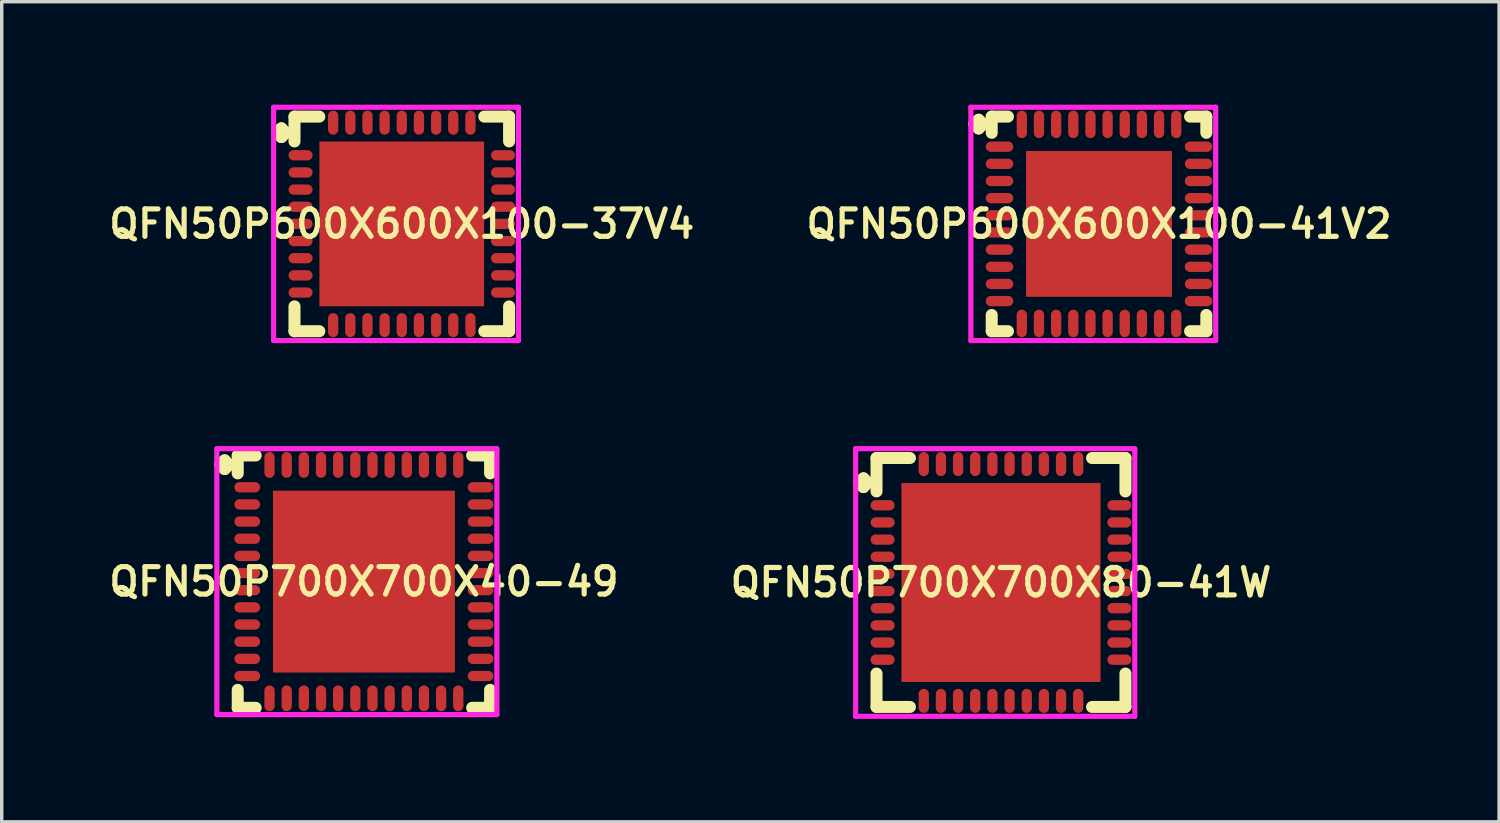
<source format=kicad_pcb>
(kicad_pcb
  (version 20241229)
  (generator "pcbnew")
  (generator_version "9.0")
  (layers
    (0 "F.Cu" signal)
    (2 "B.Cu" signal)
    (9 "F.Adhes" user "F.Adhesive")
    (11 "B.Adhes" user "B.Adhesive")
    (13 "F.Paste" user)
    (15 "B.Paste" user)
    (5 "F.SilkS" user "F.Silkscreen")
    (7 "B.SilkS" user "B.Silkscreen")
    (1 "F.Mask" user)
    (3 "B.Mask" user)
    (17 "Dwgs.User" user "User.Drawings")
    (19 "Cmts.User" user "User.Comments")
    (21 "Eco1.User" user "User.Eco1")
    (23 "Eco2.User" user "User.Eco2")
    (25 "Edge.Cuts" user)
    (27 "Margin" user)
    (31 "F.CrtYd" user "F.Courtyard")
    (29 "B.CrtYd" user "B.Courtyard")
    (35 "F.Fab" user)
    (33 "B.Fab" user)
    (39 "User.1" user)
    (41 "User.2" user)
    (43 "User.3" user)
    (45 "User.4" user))
  (footprint "QFN50P700X700X80-41W"
    (layer "F.Cu")
    (at 26.121 13.925)
    (property "Reference" "QFN50P700X700X80-41W" (at 0 0 0) (layer "F.SilkS") (effects (font (size 0.8 0.8) (thickness 0.15))))
    (attr smd)
    (fp_line (start -4.135 -2.908) (end -4.008 -3.035) (stroke (width 0.35) (type solid)) (layer "F.SilkS"))
    (fp_line (start -4.008 -3.035) (end -3.881 -2.908) (stroke (width 0.35) (type solid)) (layer "F.SilkS"))
    (fp_line (start -4.008 -2.781) (end -4.135 -2.908) (stroke (width 0.35) (type solid)) (layer "F.SilkS"))
    (fp_line (start -3.881 -2.908) (end -4.008 -2.781) (stroke (width 0.35) (type solid)) (layer "F.SilkS"))
    (fp_line (start -3.627 -3.627) (end -2.654 -3.627) (stroke (width 0.35) (type solid)) (layer "F.SilkS"))
    (fp_line (start -3.627 -2.654) (end -3.627 -3.627) (stroke (width 0.35) (type solid)) (layer "F.SilkS"))
    (fp_line (start -3.627 2.654) (end -3.627 3.627) (stroke (width 0.35) (type solid)) (layer "F.SilkS"))
    (fp_line (start -3.627 3.627) (end -2.654 3.627) (stroke (width 0.35) (type solid)) (layer "F.SilkS"))
    (fp_line (start 2.654 -3.627) (end 3.627 -3.627) (stroke (width 0.35) (type solid)) (layer "F.SilkS"))
    (fp_line (start 2.654 3.627) (end 3.627 3.627) (stroke (width 0.35) (type solid)) (layer "F.SilkS"))
    (fp_line (start 3.627 -3.627) (end 3.627 -2.654) (stroke (width 0.35) (type solid)) (layer "F.SilkS"))
    (fp_line (start 3.627 3.627) (end 3.627 2.654) (stroke (width 0.35) (type solid)) (layer "F.SilkS"))
    (fp_line (start -4.235 -3.9) (end 3.9 -3.9) (stroke (width 0.15) (type solid)) (layer "F.CrtYd"))
    (fp_line (start -4.235 3.9) (end -4.235 -3.9) (stroke (width 0.15) (type solid)) (layer "F.CrtYd"))
    (fp_line (start 3.9 -3.9) (end 3.9 3.9) (stroke (width 0.15) (type solid)) (layer "F.CrtYd"))
    (fp_line (start 3.9 3.9) (end -4.235 3.9) (stroke (width 0.15) (type solid)) (layer "F.CrtYd"))
    (pad "1" smd oval (at -3.45 -2.25) (size 0.7 0.3) (layers "F.Cu" "F.Mask" "F.Paste"))
    (pad "2" smd oval (at -3.45 -1.75) (size 0.7 0.3) (layers "F.Cu" "F.Mask" "F.Paste"))
    (pad "3" smd oval (at -3.45 -1.25) (size 0.7 0.3) (layers "F.Cu" "F.Mask" "F.Paste"))
    (pad "4" smd oval (at -3.45 -0.75) (size 0.7 0.3) (layers "F.Cu" "F.Mask" "F.Paste"))
    (pad "5" smd oval (at -3.45 -0.25) (size 0.7 0.3) (layers "F.Cu" "F.Mask" "F.Paste"))
    (pad "6" smd oval (at -3.45 0.25) (size 0.7 0.3) (layers "F.Cu" "F.Mask" "F.Paste"))
    (pad "7" smd oval (at -3.45 0.75) (size 0.7 0.3) (layers "F.Cu" "F.Mask" "F.Paste"))
    (pad "8" smd oval (at -3.45 1.25) (size 0.7 0.3) (layers "F.Cu" "F.Mask" "F.Paste"))
    (pad "9" smd oval (at -3.45 1.75) (size 0.7 0.3) (layers "F.Cu" "F.Mask" "F.Paste"))
    (pad "10" smd oval (at -3.45 2.25) (size 0.7 0.3) (layers "F.Cu" "F.Mask" "F.Paste"))
    (pad "11" smd oval (at -2.25 3.45) (size 0.3 0.7) (layers "F.Cu" "F.Mask" "F.Paste"))
    (pad "12" smd oval (at -1.75 3.45) (size 0.3 0.7) (layers "F.Cu" "F.Mask" "F.Paste"))
    (pad "13" smd oval (at -1.25 3.45) (size 0.3 0.7) (layers "F.Cu" "F.Mask" "F.Paste"))
    (pad "14" smd oval (at -0.75 3.45) (size 0.3 0.7) (layers "F.Cu" "F.Mask" "F.Paste"))
    (pad "15" smd oval (at -0.25 3.45) (size 0.3 0.7) (layers "F.Cu" "F.Mask" "F.Paste"))
    (pad "16" smd oval (at 0.25 3.45) (size 0.3 0.7) (layers "F.Cu" "F.Mask" "F.Paste"))
    (pad "17" smd oval (at 0.75 3.45) (size 0.3 0.7) (layers "F.Cu" "F.Mask" "F.Paste"))
    (pad "18" smd oval (at 1.25 3.45) (size 0.3 0.7) (layers "F.Cu" "F.Mask" "F.Paste"))
    (pad "19" smd oval (at 1.75 3.45) (size 0.3 0.7) (layers "F.Cu" "F.Mask" "F.Paste"))
    (pad "20" smd oval (at 2.25 3.45) (size 0.3 0.7) (layers "F.Cu" "F.Mask" "F.Paste"))
    (pad "21" smd oval (at 3.45 2.25) (size 0.7 0.3) (layers "F.Cu" "F.Mask" "F.Paste"))
    (pad "22" smd oval (at 3.45 1.75) (size 0.7 0.3) (layers "F.Cu" "F.Mask" "F.Paste"))
    (pad "23" smd oval (at 3.45 1.25) (size 0.7 0.3) (layers "F.Cu" "F.Mask" "F.Paste"))
    (pad "24" smd oval (at 3.45 0.75) (size 0.7 0.3) (layers "F.Cu" "F.Mask" "F.Paste"))
    (pad "25" smd oval (at 3.45 0.25) (size 0.7 0.3) (layers "F.Cu" "F.Mask" "F.Paste"))
    (pad "26" smd oval (at 3.45 -0.25) (size 0.7 0.3) (layers "F.Cu" "F.Mask" "F.Paste"))
    (pad "27" smd oval (at 3.45 -0.75) (size 0.7 0.3) (layers "F.Cu" "F.Mask" "F.Paste"))
    (pad "28" smd oval (at 3.45 -1.25) (size 0.7 0.3) (layers "F.Cu" "F.Mask" "F.Paste"))
    (pad "29" smd oval (at 3.45 -1.75) (size 0.7 0.3) (layers "F.Cu" "F.Mask" "F.Paste"))
    (pad "30" smd oval (at 3.45 -2.25) (size 0.7 0.3) (layers "F.Cu" "F.Mask" "F.Paste"))
    (pad "31" smd oval (at 2.25 -3.45) (size 0.3 0.7) (layers "F.Cu" "F.Mask" "F.Paste"))
    (pad "32" smd oval (at 1.75 -3.45) (size 0.3 0.7) (layers "F.Cu" "F.Mask" "F.Paste"))
    (pad "33" smd oval (at 1.25 -3.45) (size 0.3 0.7) (layers "F.Cu" "F.Mask" "F.Paste"))
    (pad "34" smd oval (at 0.75 -3.45) (size 0.3 0.7) (layers "F.Cu" "F.Mask" "F.Paste"))
    (pad "35" smd oval (at 0.25 -3.45) (size 0.3 0.7) (layers "F.Cu" "F.Mask" "F.Paste"))
    (pad "36" smd oval (at -0.25 -3.45) (size 0.3 0.7) (layers "F.Cu" "F.Mask" "F.Paste"))
    (pad "37" smd oval (at -0.75 -3.45) (size 0.3 0.7) (layers "F.Cu" "F.Mask" "F.Paste"))
    (pad "38" smd oval (at -1.25 -3.45) (size 0.3 0.7) (layers "F.Cu" "F.Mask" "F.Paste"))
    (pad "39" smd oval (at -1.75 -3.45) (size 0.3 0.7) (layers "F.Cu" "F.Mask" "F.Paste"))
    (pad "40" smd oval (at -2.25 -3.45) (size 0.3 0.7) (layers "F.Cu" "F.Mask" "F.Paste"))
    (pad "41" smd rect (at 0 0) (size 5.8 5.8) (layers "F.Cu" "F.Mask" "F.Paste")))
  (footprint "QFN50P700X700X40-49"
    (layer "F.Cu")
    (at 7.555 13.9)
    (property "Reference" "QFN50P700X700X40-49" (at 0 0 0) (layer "F.SilkS") (effects (font (size 0.8 0.8) (thickness 0.15))))
    (attr smd)
    (fp_line (start -4.185 -3.408) (end -4.058 -3.535) (stroke (width 0.35) (type solid)) (layer "F.SilkS"))
    (fp_line (start -4.058 -3.535) (end -3.931 -3.408) (stroke (width 0.35) (type solid)) (layer "F.SilkS"))
    (fp_line (start -4.058 -3.281) (end -4.185 -3.408) (stroke (width 0.35) (type solid)) (layer "F.SilkS"))
    (fp_line (start -3.931 -3.408) (end -4.058 -3.281) (stroke (width 0.35) (type solid)) (layer "F.SilkS"))
    (fp_line (start -3.677 -3.677) (end -3.154 -3.677) (stroke (width 0.35) (type solid)) (layer "F.SilkS"))
    (fp_line (start -3.677 -3.154) (end -3.677 -3.677) (stroke (width 0.35) (type solid)) (layer "F.SilkS"))
    (fp_line (start -3.677 3.154) (end -3.677 3.677) (stroke (width 0.35) (type solid)) (layer "F.SilkS"))
    (fp_line (start -3.677 3.677) (end -3.154 3.677) (stroke (width 0.35) (type solid)) (layer "F.SilkS"))
    (fp_line (start 3.154 -3.677) (end 3.677 -3.677) (stroke (width 0.35) (type solid)) (layer "F.SilkS"))
    (fp_line (start 3.154 3.677) (end 3.677 3.677) (stroke (width 0.35) (type solid)) (layer "F.SilkS"))
    (fp_line (start 3.677 -3.677) (end 3.677 -3.154) (stroke (width 0.35) (type solid)) (layer "F.SilkS"))
    (fp_line (start 3.677 3.677) (end 3.677 3.154) (stroke (width 0.35) (type solid)) (layer "F.SilkS"))
    (fp_line (start -4.285 -3.875) (end 3.875 -3.875) (stroke (width 0.15) (type solid)) (layer "F.CrtYd"))
    (fp_line (start -4.285 3.875) (end -4.285 -3.875) (stroke (width 0.15) (type solid)) (layer "F.CrtYd"))
    (fp_line (start 3.875 -3.875) (end 3.875 3.875) (stroke (width 0.15) (type solid)) (layer "F.CrtYd"))
    (fp_line (start 3.875 3.875) (end -4.285 3.875) (stroke (width 0.15) (type solid)) (layer "F.CrtYd"))
    (pad "1" smd oval (at -3.4 -2.75) (size 0.75 0.3) (layers "F.Cu" "F.Mask" "F.Paste"))
    (pad "2" smd oval (at -3.4 -2.25) (size 0.75 0.3) (layers "F.Cu" "F.Mask" "F.Paste"))
    (pad "3" smd oval (at -3.4 -1.75) (size 0.75 0.3) (layers "F.Cu" "F.Mask" "F.Paste"))
    (pad "4" smd oval (at -3.4 -1.25) (size 0.75 0.3) (layers "F.Cu" "F.Mask" "F.Paste"))
    (pad "5" smd oval (at -3.4 -0.75) (size 0.75 0.3) (layers "F.Cu" "F.Mask" "F.Paste"))
    (pad "6" smd oval (at -3.4 -0.25) (size 0.75 0.3) (layers "F.Cu" "F.Mask" "F.Paste"))
    (pad "7" smd oval (at -3.4 0.25) (size 0.75 0.3) (layers "F.Cu" "F.Mask" "F.Paste"))
    (pad "8" smd oval (at -3.4 0.75) (size 0.75 0.3) (layers "F.Cu" "F.Mask" "F.Paste"))
    (pad "9" smd oval (at -3.4 1.25) (size 0.75 0.3) (layers "F.Cu" "F.Mask" "F.Paste"))
    (pad "10" smd oval (at -3.4 1.75) (size 0.75 0.3) (layers "F.Cu" "F.Mask" "F.Paste"))
    (pad "11" smd oval (at -3.4 2.25) (size 0.75 0.3) (layers "F.Cu" "F.Mask" "F.Paste"))
    (pad "12" smd oval (at -3.4 2.75) (size 0.75 0.3) (layers "F.Cu" "F.Mask" "F.Paste"))
    (pad "13" smd oval (at -2.75 3.4) (size 0.3 0.75) (layers "F.Cu" "F.Mask" "F.Paste"))
    (pad "14" smd oval (at -2.25 3.4) (size 0.3 0.75) (layers "F.Cu" "F.Mask" "F.Paste"))
    (pad "15" smd oval (at -1.75 3.4) (size 0.3 0.75) (layers "F.Cu" "F.Mask" "F.Paste"))
    (pad "16" smd oval (at -1.25 3.4) (size 0.3 0.75) (layers "F.Cu" "F.Mask" "F.Paste"))
    (pad "17" smd oval (at -0.75 3.4) (size 0.3 0.75) (layers "F.Cu" "F.Mask" "F.Paste"))
    (pad "18" smd oval (at -0.25 3.4) (size 0.3 0.75) (layers "F.Cu" "F.Mask" "F.Paste"))
    (pad "19" smd oval (at 0.25 3.4) (size 0.3 0.75) (layers "F.Cu" "F.Mask" "F.Paste"))
    (pad "20" smd oval (at 0.75 3.4) (size 0.3 0.75) (layers "F.Cu" "F.Mask" "F.Paste"))
    (pad "21" smd oval (at 1.25 3.4) (size 0.3 0.75) (layers "F.Cu" "F.Mask" "F.Paste"))
    (pad "22" smd oval (at 1.75 3.4) (size 0.3 0.75) (layers "F.Cu" "F.Mask" "F.Paste"))
    (pad "23" smd oval (at 2.25 3.4) (size 0.3 0.75) (layers "F.Cu" "F.Mask" "F.Paste"))
    (pad "24" smd oval (at 2.75 3.4) (size 0.3 0.75) (layers "F.Cu" "F.Mask" "F.Paste"))
    (pad "25" smd oval (at 3.4 2.75) (size 0.75 0.3) (layers "F.Cu" "F.Mask" "F.Paste"))
    (pad "26" smd oval (at 3.4 2.25) (size 0.75 0.3) (layers "F.Cu" "F.Mask" "F.Paste"))
    (pad "27" smd oval (at 3.4 1.75) (size 0.75 0.3) (layers "F.Cu" "F.Mask" "F.Paste"))
    (pad "28" smd oval (at 3.4 1.25) (size 0.75 0.3) (layers "F.Cu" "F.Mask" "F.Paste"))
    (pad "29" smd oval (at 3.4 0.75) (size 0.75 0.3) (layers "F.Cu" "F.Mask" "F.Paste"))
    (pad "30" smd oval (at 3.4 0.25) (size 0.75 0.3) (layers "F.Cu" "F.Mask" "F.Paste"))
    (pad "31" smd oval (at 3.4 -0.25) (size 0.75 0.3) (layers "F.Cu" "F.Mask" "F.Paste"))
    (pad "32" smd oval (at 3.4 -0.75) (size 0.75 0.3) (layers "F.Cu" "F.Mask" "F.Paste"))
    (pad "33" smd oval (at 3.4 -1.25) (size 0.75 0.3) (layers "F.Cu" "F.Mask" "F.Paste"))
    (pad "34" smd oval (at 3.4 -1.75) (size 0.75 0.3) (layers "F.Cu" "F.Mask" "F.Paste"))
    (pad "35" smd oval (at 3.4 -2.25) (size 0.75 0.3) (layers "F.Cu" "F.Mask" "F.Paste"))
    (pad "36" smd oval (at 3.4 -2.75) (size 0.75 0.3) (layers "F.Cu" "F.Mask" "F.Paste"))
    (pad "37" smd oval (at 2.75 -3.4) (size 0.3 0.75) (layers "F.Cu" "F.Mask" "F.Paste"))
    (pad "38" smd oval (at 2.25 -3.4) (size 0.3 0.75) (layers "F.Cu" "F.Mask" "F.Paste"))
    (pad "39" smd oval (at 1.75 -3.4) (size 0.3 0.75) (layers "F.Cu" "F.Mask" "F.Paste"))
    (pad "40" smd oval (at 1.25 -3.4) (size 0.3 0.75) (layers "F.Cu" "F.Mask" "F.Paste"))
    (pad "41" smd oval (at 0.75 -3.4) (size 0.3 0.75) (layers "F.Cu" "F.Mask" "F.Paste"))
    (pad "42" smd oval (at 0.25 -3.4) (size 0.3 0.75) (layers "F.Cu" "F.Mask" "F.Paste"))
    (pad "43" smd oval (at -0.25 -3.4) (size 0.3 0.75) (layers "F.Cu" "F.Mask" "F.Paste"))
    (pad "44" smd oval (at -0.75 -3.4) (size 0.3 0.75) (layers "F.Cu" "F.Mask" "F.Paste"))
    (pad "45" smd oval (at -1.25 -3.4) (size 0.3 0.75) (layers "F.Cu" "F.Mask" "F.Paste"))
    (pad "46" smd oval (at -1.75 -3.4) (size 0.3 0.75) (layers "F.Cu" "F.Mask" "F.Paste"))
    (pad "47" smd oval (at -2.25 -3.4) (size 0.3 0.75) (layers "F.Cu" "F.Mask" "F.Paste"))
    (pad "48" smd oval (at -2.75 -3.4) (size 0.3 0.75) (layers "F.Cu" "F.Mask" "F.Paste"))
    (pad "49" smd rect (at 0 0) (size 5.3 5.3) (layers "F.Cu" "F.Mask" "F.Paste")))
  (footprint "QFN50P600X600X100-41V2"
    (layer "F.Cu")
    (at 28.978 3.475)
    (property "Reference" "QFN50P600X600X100-41V2" (at 0 0 0) (layer "F.SilkS") (effects (font (size 0.8 0.8) (thickness 0.15))))
    (attr smd)
    (fp_line (start -3.635 -2.908) (end -3.508 -3.035) (stroke (width 0.35) (type solid)) (layer "F.SilkS"))
    (fp_line (start -3.508 -3.035) (end -3.381 -2.908) (stroke (width 0.35) (type solid)) (layer "F.SilkS"))
    (fp_line (start -3.508 -2.781) (end -3.635 -2.908) (stroke (width 0.35) (type solid)) (layer "F.SilkS"))
    (fp_line (start -3.381 -2.908) (end -3.508 -2.781) (stroke (width 0.35) (type solid)) (layer "F.SilkS"))
    (fp_line (start -3.127 -3.127) (end -2.654 -3.127) (stroke (width 0.35) (type solid)) (layer "F.SilkS"))
    (fp_line (start -3.127 -2.654) (end -3.127 -3.127) (stroke (width 0.35) (type solid)) (layer "F.SilkS"))
    (fp_line (start -3.127 2.654) (end -3.127 3.127) (stroke (width 0.35) (type solid)) (layer "F.SilkS"))
    (fp_line (start -3.127 3.127) (end -2.654 3.127) (stroke (width 0.35) (type solid)) (layer "F.SilkS"))
    (fp_line (start 2.654 -3.127) (end 3.127 -3.127) (stroke (width 0.35) (type solid)) (layer "F.SilkS"))
    (fp_line (start 2.654 3.127) (end 3.127 3.127) (stroke (width 0.35) (type solid)) (layer "F.SilkS"))
    (fp_line (start 3.127 -3.127) (end 3.127 -2.654) (stroke (width 0.35) (type solid)) (layer "F.SilkS"))
    (fp_line (start 3.127 3.127) (end 3.127 2.654) (stroke (width 0.35) (type solid)) (layer "F.SilkS"))
    (fp_line (start -3.735 -3.4) (end 3.4 -3.4) (stroke (width 0.15) (type solid)) (layer "F.CrtYd"))
    (fp_line (start -3.735 3.4) (end -3.735 -3.4) (stroke (width 0.15) (type solid)) (layer "F.CrtYd"))
    (fp_line (start 3.4 -3.4) (end 3.4 3.4) (stroke (width 0.15) (type solid)) (layer "F.CrtYd"))
    (fp_line (start 3.4 3.4) (end -3.735 3.4) (stroke (width 0.15) (type solid)) (layer "F.CrtYd"))
    (pad "1" smd oval (at -2.9 -2.25) (size 0.8 0.3) (layers "F.Cu" "F.Mask" "F.Paste"))
    (pad "2" smd oval (at -2.9 -1.75) (size 0.8 0.3) (layers "F.Cu" "F.Mask" "F.Paste"))
    (pad "3" smd oval (at -2.9 -1.25) (size 0.8 0.3) (layers "F.Cu" "F.Mask" "F.Paste"))
    (pad "4" smd oval (at -2.9 -0.75) (size 0.8 0.3) (layers "F.Cu" "F.Mask" "F.Paste"))
    (pad "5" smd oval (at -2.9 -0.25) (size 0.8 0.3) (layers "F.Cu" "F.Mask" "F.Paste"))
    (pad "6" smd oval (at -2.9 0.25) (size 0.8 0.3) (layers "F.Cu" "F.Mask" "F.Paste"))
    (pad "7" smd oval (at -2.9 0.75) (size 0.8 0.3) (layers "F.Cu" "F.Mask" "F.Paste"))
    (pad "8" smd oval (at -2.9 1.25) (size 0.8 0.3) (layers "F.Cu" "F.Mask" "F.Paste"))
    (pad "9" smd oval (at -2.9 1.75) (size 0.8 0.3) (layers "F.Cu" "F.Mask" "F.Paste"))
    (pad "10" smd oval (at -2.9 2.25) (size 0.8 0.3) (layers "F.Cu" "F.Mask" "F.Paste"))
    (pad "11" smd oval (at -2.25 2.9) (size 0.3 0.8) (layers "F.Cu" "F.Mask" "F.Paste"))
    (pad "12" smd oval (at -1.75 2.9) (size 0.3 0.8) (layers "F.Cu" "F.Mask" "F.Paste"))
    (pad "13" smd oval (at -1.25 2.9) (size 0.3 0.8) (layers "F.Cu" "F.Mask" "F.Paste"))
    (pad "14" smd oval (at -0.75 2.9) (size 0.3 0.8) (layers "F.Cu" "F.Mask" "F.Paste"))
    (pad "15" smd oval (at -0.25 2.9) (size 0.3 0.8) (layers "F.Cu" "F.Mask" "F.Paste"))
    (pad "16" smd oval (at 0.25 2.9) (size 0.3 0.8) (layers "F.Cu" "F.Mask" "F.Paste"))
    (pad "17" smd oval (at 0.75 2.9) (size 0.3 0.8) (layers "F.Cu" "F.Mask" "F.Paste"))
    (pad "18" smd oval (at 1.25 2.9) (size 0.3 0.8) (layers "F.Cu" "F.Mask" "F.Paste"))
    (pad "19" smd oval (at 1.75 2.9) (size 0.3 0.8) (layers "F.Cu" "F.Mask" "F.Paste"))
    (pad "20" smd oval (at 2.25 2.9) (size 0.3 0.8) (layers "F.Cu" "F.Mask" "F.Paste"))
    (pad "21" smd oval (at 2.9 2.25) (size 0.8 0.3) (layers "F.Cu" "F.Mask" "F.Paste"))
    (pad "22" smd oval (at 2.9 1.75) (size 0.8 0.3) (layers "F.Cu" "F.Mask" "F.Paste"))
    (pad "23" smd oval (at 2.9 1.25) (size 0.8 0.3) (layers "F.Cu" "F.Mask" "F.Paste"))
    (pad "24" smd oval (at 2.9 0.75) (size 0.8 0.3) (layers "F.Cu" "F.Mask" "F.Paste"))
    (pad "25" smd oval (at 2.9 0.25) (size 0.8 0.3) (layers "F.Cu" "F.Mask" "F.Paste"))
    (pad "26" smd oval (at 2.9 -0.25) (size 0.8 0.3) (layers "F.Cu" "F.Mask" "F.Paste"))
    (pad "27" smd oval (at 2.9 -0.75) (size 0.8 0.3) (layers "F.Cu" "F.Mask" "F.Paste"))
    (pad "28" smd oval (at 2.9 -1.25) (size 0.8 0.3) (layers "F.Cu" "F.Mask" "F.Paste"))
    (pad "29" smd oval (at 2.9 -1.75) (size 0.8 0.3) (layers "F.Cu" "F.Mask" "F.Paste"))
    (pad "30" smd oval (at 2.9 -2.25) (size 0.8 0.3) (layers "F.Cu" "F.Mask" "F.Paste"))
    (pad "31" smd oval (at 2.25 -2.9) (size 0.3 0.8) (layers "F.Cu" "F.Mask" "F.Paste"))
    (pad "32" smd oval (at 1.75 -2.9) (size 0.3 0.8) (layers "F.Cu" "F.Mask" "F.Paste"))
    (pad "33" smd oval (at 1.25 -2.9) (size 0.3 0.8) (layers "F.Cu" "F.Mask" "F.Paste"))
    (pad "34" smd oval (at 0.75 -2.9) (size 0.3 0.8) (layers "F.Cu" "F.Mask" "F.Paste"))
    (pad "35" smd oval (at 0.25 -2.9) (size 0.3 0.8) (layers "F.Cu" "F.Mask" "F.Paste"))
    (pad "36" smd oval (at -0.25 -2.9) (size 0.3 0.8) (layers "F.Cu" "F.Mask" "F.Paste"))
    (pad "37" smd oval (at -0.75 -2.9) (size 0.3 0.8) (layers "F.Cu" "F.Mask" "F.Paste"))
    (pad "38" smd oval (at -1.25 -2.9) (size 0.3 0.8) (layers "F.Cu" "F.Mask" "F.Paste"))
    (pad "39" smd oval (at -1.75 -2.9) (size 0.3 0.8) (layers "F.Cu" "F.Mask" "F.Paste"))
    (pad "40" smd oval (at -2.25 -2.9) (size 0.3 0.8) (layers "F.Cu" "F.Mask" "F.Paste"))
    (pad "41" smd rect (at 0 0) (size 4.25 4.25) (layers "F.Cu" "F.Mask" "F.Paste")))
  (footprint "QFN50P600X600X100-37V4"
    (layer "F.Cu")
    (at 8.659 3.475)
    (property "Reference" "QFN50P600X600X100-37V4" (at 0 0 0) (layer "F.SilkS") (effects (font (size 0.8 0.8) (thickness 0.15))))
    (attr through_hole)
    (fp_line (start -3.635 -2.658) (end -3.508 -2.785) (stroke (width 0.35) (type solid)) (layer "F.SilkS"))
    (fp_line (start -3.508 -2.785) (end -3.381 -2.658) (stroke (width 0.35) (type solid)) (layer "F.SilkS"))
    (fp_line (start -3.508 -2.531) (end -3.635 -2.658) (stroke (width 0.35) (type solid)) (layer "F.SilkS"))
    (fp_line (start -3.381 -2.658) (end -3.508 -2.531) (stroke (width 0.35) (type solid)) (layer "F.SilkS"))
    (fp_line (start -3.127 -3.127) (end -2.404 -3.127) (stroke (width 0.35) (type solid)) (layer "F.SilkS"))
    (fp_line (start -3.127 -2.404) (end -3.127 -3.127) (stroke (width 0.35) (type solid)) (layer "F.SilkS"))
    (fp_line (start -3.127 2.404) (end -3.127 3.127) (stroke (width 0.35) (type solid)) (layer "F.SilkS"))
    (fp_line (start -3.127 3.127) (end -2.404 3.127) (stroke (width 0.35) (type solid)) (layer "F.SilkS"))
    (fp_line (start 2.404 -3.127) (end 3.127 -3.127) (stroke (width 0.35) (type solid)) (layer "F.SilkS"))
    (fp_line (start 2.404 3.127) (end 3.127 3.127) (stroke (width 0.35) (type solid)) (layer "F.SilkS"))
    (fp_line (start 3.127 -3.127) (end 3.127 -2.404) (stroke (width 0.35) (type solid)) (layer "F.SilkS"))
    (fp_line (start 3.127 3.127) (end 3.127 2.404) (stroke (width 0.35) (type solid)) (layer "F.SilkS"))
    (fp_line (start -3.735 -3.4) (end 3.4 -3.4) (stroke (width 0.15) (type solid)) (layer "F.CrtYd"))
    (fp_line (start -3.735 3.4) (end -3.735 -3.4) (stroke (width 0.15) (type solid)) (layer "F.CrtYd"))
    (fp_line (start 3.4 -3.4) (end 3.4 3.4) (stroke (width 0.15) (type solid)) (layer "F.CrtYd"))
    (fp_line (start 3.4 3.4) (end -3.735 3.4) (stroke (width 0.15) (type solid)) (layer "F.CrtYd"))
    (pad "1" smd oval (at -2.95 -2) (size 0.7 0.3) (layers "F.Cu" "F.Mask" "F.Paste"))
    (pad "2" smd oval (at -2.95 -1.5) (size 0.7 0.3) (layers "F.Cu" "F.Mask" "F.Paste"))
    (pad "3" smd oval (at -2.95 -1) (size 0.7 0.3) (layers "F.Cu" "F.Mask" "F.Paste"))
    (pad "4" smd oval (at -2.95 -0.5) (size 0.7 0.3) (layers "F.Cu" "F.Mask" "F.Paste"))
    (pad "5" smd oval (at -2.95 0) (size 0.7 0.3) (layers "F.Cu" "F.Mask" "F.Paste"))
    (pad "6" smd oval (at -2.95 0.5) (size 0.7 0.3) (layers "F.Cu" "F.Mask" "F.Paste"))
    (pad "7" smd oval (at -2.95 1) (size 0.7 0.3) (layers "F.Cu" "F.Mask" "F.Paste"))
    (pad "8" smd oval (at -2.95 1.5) (size 0.7 0.3) (layers "F.Cu" "F.Mask" "F.Paste"))
    (pad "9" smd oval (at -2.95 2) (size 0.7 0.3) (layers "F.Cu" "F.Mask" "F.Paste"))
    (pad "10" smd oval (at -2 2.95) (size 0.3 0.7) (layers "F.Cu" "F.Mask" "F.Paste"))
    (pad "11" smd oval (at -1.5 2.95) (size 0.3 0.7) (layers "F.Cu" "F.Mask" "F.Paste"))
    (pad "12" smd oval (at -1 2.95) (size 0.3 0.7) (layers "F.Cu" "F.Mask" "F.Paste"))
    (pad "13" smd oval (at -0.5 2.95) (size 0.3 0.7) (layers "F.Cu" "F.Mask" "F.Paste"))
    (pad "14" smd oval (at 0 2.95) (size 0.3 0.7) (layers "F.Cu" "F.Mask" "F.Paste"))
    (pad "15" smd oval (at 0.5 2.95) (size 0.3 0.7) (layers "F.Cu" "F.Mask" "F.Paste"))
    (pad "16" smd oval (at 1 2.95) (size 0.3 0.7) (layers "F.Cu" "F.Mask" "F.Paste"))
    (pad "17" smd oval (at 1.5 2.95) (size 0.3 0.7) (layers "F.Cu" "F.Mask" "F.Paste"))
    (pad "18" smd oval (at 2 2.95) (size 0.3 0.7) (layers "F.Cu" "F.Mask" "F.Paste"))
    (pad "19" smd oval (at 2.95 2) (size 0.7 0.3) (layers "F.Cu" "F.Mask" "F.Paste"))
    (pad "20" smd oval (at 2.95 1.5) (size 0.7 0.3) (layers "F.Cu" "F.Mask" "F.Paste"))
    (pad "21" smd oval (at 2.95 1) (size 0.7 0.3) (layers "F.Cu" "F.Mask" "F.Paste"))
    (pad "22" smd oval (at 2.95 0.5) (size 0.7 0.3) (layers "F.Cu" "F.Mask" "F.Paste"))
    (pad "23" smd oval (at 2.95 0) (size 0.7 0.3) (layers "F.Cu" "F.Mask" "F.Paste"))
    (pad "24" smd oval (at 2.95 -0.5) (size 0.7 0.3) (layers "F.Cu" "F.Mask" "F.Paste"))
    (pad "25" smd oval (at 2.95 -1) (size 0.7 0.3) (layers "F.Cu" "F.Mask" "F.Paste"))
    (pad "26" smd oval (at 2.95 -1.5) (size 0.7 0.3) (layers "F.Cu" "F.Mask" "F.Paste"))
    (pad "27" smd oval (at 2.95 -2) (size 0.7 0.3) (layers "F.Cu" "F.Mask" "F.Paste"))
    (pad "28" smd oval (at 2 -2.95) (size 0.3 0.7) (layers "F.Cu" "F.Mask" "F.Paste"))
    (pad "29" smd oval (at 1.5 -2.95) (size 0.3 0.7) (layers "F.Cu" "F.Mask" "F.Paste"))
    (pad "30" smd oval (at 1 -2.95) (size 0.3 0.7) (layers "F.Cu" "F.Mask" "F.Paste"))
    (pad "31" smd oval (at 0.5 -2.95) (size 0.3 0.7) (layers "F.Cu" "F.Mask" "F.Paste"))
    (pad "32" smd oval (at 0 -2.95) (size 0.3 0.7) (layers "F.Cu" "F.Mask" "F.Paste"))
    (pad "33" smd oval (at -0.5 -2.95) (size 0.3 0.7) (layers "F.Cu" "F.Mask" "F.Paste"))
    (pad "34" smd oval (at -1 -2.95) (size 0.3 0.7) (layers "F.Cu" "F.Mask" "F.Paste"))
    (pad "35" smd oval (at -1.5 -2.95) (size 0.3 0.7) (layers "F.Cu" "F.Mask" "F.Paste"))
    (pad "36" smd oval (at -2 -2.95) (size 0.3 0.7) (layers "F.Cu" "F.Mask" "F.Paste"))
    (pad "37" smd rect (at 0 0) (size 4.8 4.8) (layers "F.Cu" "F.Mask" "F.Paste")))
  (gr_rect
    (start -3 -3)
    (end 40.637 20.9)
    (stroke (width 0.1) (type default))
    (fill no)
    (layer "Edge.Cuts")))
</source>
